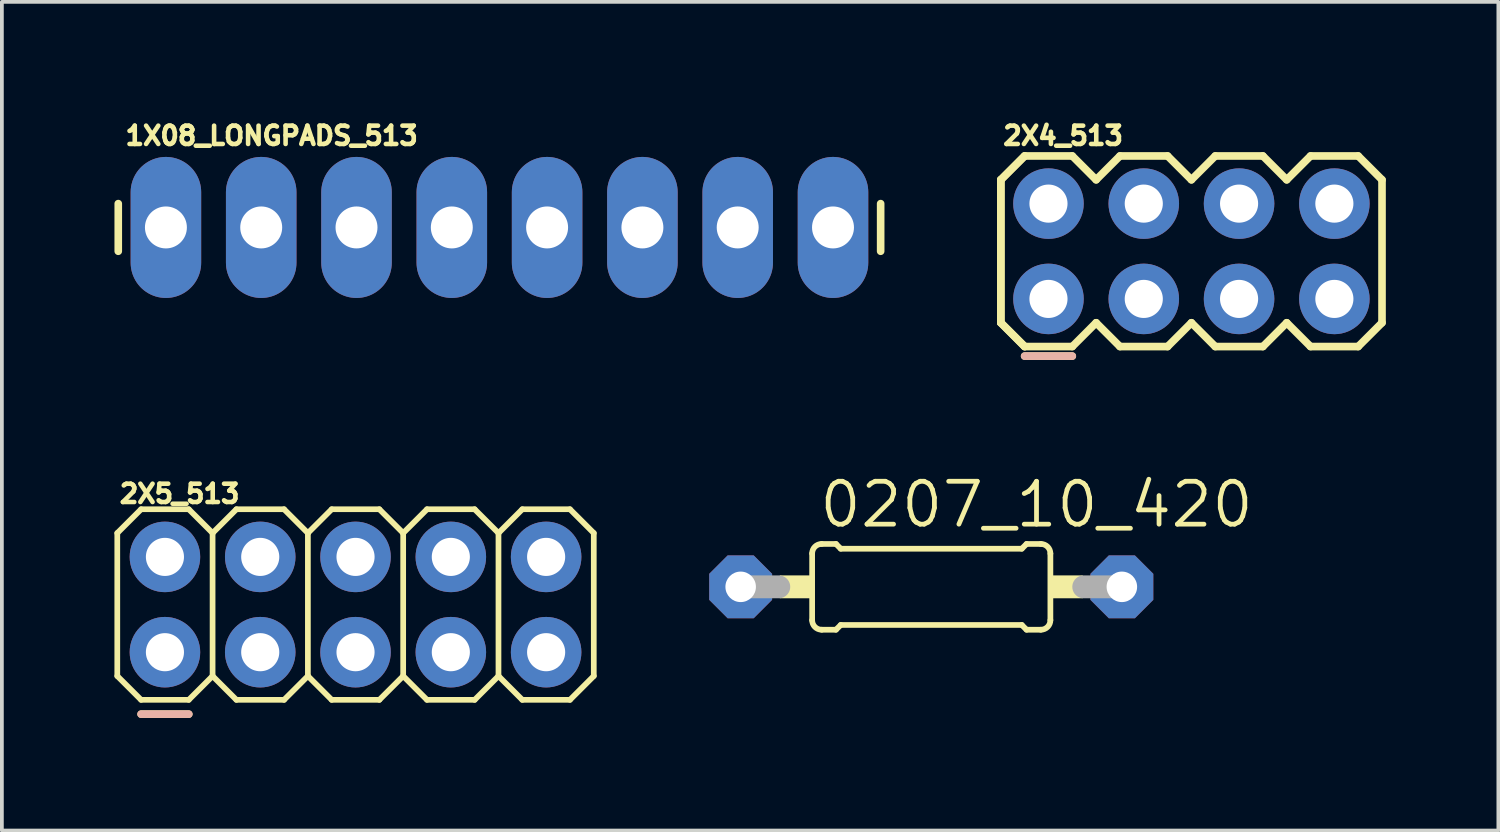
<source format=kicad_pcb>
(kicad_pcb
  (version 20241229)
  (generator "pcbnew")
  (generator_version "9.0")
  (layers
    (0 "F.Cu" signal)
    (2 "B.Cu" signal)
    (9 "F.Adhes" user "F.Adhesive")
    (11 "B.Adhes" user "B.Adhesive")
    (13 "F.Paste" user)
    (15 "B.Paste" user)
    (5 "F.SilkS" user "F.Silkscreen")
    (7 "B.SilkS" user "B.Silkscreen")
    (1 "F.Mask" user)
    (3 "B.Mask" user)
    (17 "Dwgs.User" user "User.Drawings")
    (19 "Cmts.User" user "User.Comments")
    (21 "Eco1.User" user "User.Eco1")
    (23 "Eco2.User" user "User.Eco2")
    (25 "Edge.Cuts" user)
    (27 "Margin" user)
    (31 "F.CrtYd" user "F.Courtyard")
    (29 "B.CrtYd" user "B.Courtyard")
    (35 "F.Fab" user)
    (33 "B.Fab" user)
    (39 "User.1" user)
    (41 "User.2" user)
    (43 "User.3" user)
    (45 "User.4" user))
  (footprint "2X4_513"
    (layer "F.Cu")
    (at 28.705 3.647)
    (property "Reference" "2X4_513" (at -5.08 -2.794 0) (unlocked yes) (layer "F.SilkS") (effects (font (size 0.488 0.488) (thickness 0.122)) (justify left bottom)))
    (fp_line (start -5.08 -1.905) (end -4.445 -2.54) (stroke (width 0.203) (type solid)) (layer "F.SilkS"))
    (fp_line (start -5.08 -1.905) (end -4.445 -2.54) (stroke (width 0.203) (type solid)) (layer "F.SilkS"))
    (fp_line (start -5.08 1.905) (end -5.08 -1.905) (stroke (width 0.203) (type solid)) (layer "F.SilkS"))
    (fp_line (start -5.08 1.905) (end -5.08 -1.905) (stroke (width 0.203) (type solid)) (layer "F.SilkS"))
    (fp_line (start -5.08 1.905) (end -4.445 2.54) (stroke (width 0.203) (type solid)) (layer "F.SilkS"))
    (fp_line (start -5.08 1.905) (end -4.445 2.54) (stroke (width 0.203) (type solid)) (layer "F.SilkS"))
    (fp_line (start -4.445 -2.54) (end -3.175 -2.54) (stroke (width 0.203) (type solid)) (layer "F.SilkS"))
    (fp_line (start -4.445 2.54) (end -3.175 2.54) (stroke (width 0.203) (type solid)) (layer "F.SilkS"))
    (fp_line (start -4.445 2.794) (end -3.175 2.794) (stroke (width 0.203) (type solid)) (layer "F.SilkS"))
    (fp_line (start -3.175 -2.54) (end -2.54 -1.905) (stroke (width 0.203) (type solid)) (layer "F.SilkS"))
    (fp_line (start -3.175 2.54) (end -2.54 1.905) (stroke (width 0.203) (type solid)) (layer "F.SilkS"))
    (fp_line (start -2.54 -1.905) (end -1.905 -2.54) (stroke (width 0.203) (type solid)) (layer "F.SilkS"))
    (fp_line (start -2.54 1.905) (end -1.905 2.54) (stroke (width 0.203) (type solid)) (layer "F.SilkS"))
    (fp_line (start -1.905 -2.54) (end -0.635 -2.54) (stroke (width 0.203) (type solid)) (layer "F.SilkS"))
    (fp_line (start -1.905 2.54) (end -0.635 2.54) (stroke (width 0.203) (type solid)) (layer "F.SilkS"))
    (fp_line (start -0.635 -2.54) (end 0 -1.905) (stroke (width 0.203) (type solid)) (layer "F.SilkS"))
    (fp_line (start -0.635 2.54) (end 0 1.905) (stroke (width 0.203) (type solid)) (layer "F.SilkS"))
    (fp_line (start 0 -1.905) (end 0.635 -2.54) (stroke (width 0.203) (type solid)) (layer "F.SilkS"))
    (fp_line (start 0 1.905) (end 0.635 2.54) (stroke (width 0.203) (type solid)) (layer "F.SilkS"))
    (fp_line (start 0.635 -2.54) (end 1.905 -2.54) (stroke (width 0.203) (type solid)) (layer "F.SilkS"))
    (fp_line (start 0.635 2.54) (end 1.905 2.54) (stroke (width 0.203) (type solid)) (layer "F.SilkS"))
    (fp_line (start 1.905 -2.54) (end 2.54 -1.905) (stroke (width 0.203) (type solid)) (layer "F.SilkS"))
    (fp_line (start 1.905 2.54) (end 2.54 1.905) (stroke (width 0.203) (type solid)) (layer "F.SilkS"))
    (fp_line (start 2.54 -1.905) (end 3.175 -2.54) (stroke (width 0.203) (type solid)) (layer "F.SilkS"))
    (fp_line (start 2.54 1.905) (end 3.175 2.54) (stroke (width 0.203) (type solid)) (layer "F.SilkS"))
    (fp_line (start 3.175 -2.54) (end 4.445 -2.54) (stroke (width 0.203) (type solid)) (layer "F.SilkS"))
    (fp_line (start 3.175 2.54) (end 4.445 2.54) (stroke (width 0.203) (type solid)) (layer "F.SilkS"))
    (fp_line (start 4.445 -2.54) (end 5.08 -1.905) (stroke (width 0.203) (type solid)) (layer "F.SilkS"))
    (fp_line (start 4.445 2.54) (end 5.08 1.905) (stroke (width 0.203) (type solid)) (layer "F.SilkS"))
    (fp_line (start 5.08 -1.905) (end 5.08 1.905) (stroke (width 0.203) (type solid)) (layer "F.SilkS"))
    (fp_line (start -3.175 2.794) (end -4.445 2.794) (stroke (width 0.203) (type solid)) (layer "B.SilkS"))
    (fp_poly (pts (xy -4.064 -1.016) (xy -3.556 -1.016) (xy -3.556 -1.524) (xy -4.064 -1.524)) (stroke (width 0.1) (type default)) (fill no) (layer "F.Fab"))
    (fp_poly (pts (xy -4.064 1.524) (xy -3.556 1.524) (xy -3.556 1.016) (xy -4.064 1.016)) (stroke (width 0.1) (type default)) (fill no) (layer "F.Fab"))
    (fp_poly (pts (xy -1.524 -1.016) (xy -1.016 -1.016) (xy -1.016 -1.524) (xy -1.524 -1.524)) (stroke (width 0.1) (type default)) (fill no) (layer "F.Fab"))
    (fp_poly (pts (xy -1.524 1.524) (xy -1.016 1.524) (xy -1.016 1.016) (xy -1.524 1.016)) (stroke (width 0.1) (type default)) (fill no) (layer "F.Fab"))
    (fp_poly (pts (xy 1.016 -1.016) (xy 1.524 -1.016) (xy 1.524 -1.524) (xy 1.016 -1.524)) (stroke (width 0.1) (type default)) (fill no) (layer "F.Fab"))
    (fp_poly (pts (xy 1.016 1.524) (xy 1.524 1.524) (xy 1.524 1.016) (xy 1.016 1.016)) (stroke (width 0.1) (type default)) (fill no) (layer "F.Fab"))
    (fp_poly (pts (xy 3.556 -1.016) (xy 4.064 -1.016) (xy 4.064 -1.524) (xy 3.556 -1.524)) (stroke (width 0.1) (type default)) (fill no) (layer "F.Fab"))
    (fp_poly (pts (xy 3.556 1.524) (xy 4.064 1.524) (xy 4.064 1.016) (xy 3.556 1.016)) (stroke (width 0.1) (type default)) (fill no) (layer "F.Fab"))
    (pad "1" thru_hole circle (at -3.81 1.27) (size 1.88 1.88) (drill 1.016) (layers "*.Cu" "*.Mask"))
    (pad "2" thru_hole circle (at -3.81 -1.27) (size 1.88 1.88) (drill 1.016) (layers "*.Cu" "*.Mask"))
    (pad "3" thru_hole circle (at -1.27 1.27) (size 1.88 1.88) (drill 1.016) (layers "*.Cu" "*.Mask"))
    (pad "4" thru_hole circle (at -1.27 -1.27) (size 1.88 1.88) (drill 1.016) (layers "*.Cu" "*.Mask"))
    (pad "5" thru_hole circle (at 1.27 1.27) (size 1.88 1.88) (drill 1.016) (layers "*.Cu" "*.Mask"))
    (pad "6" thru_hole circle (at 1.27 -1.27) (size 1.88 1.88) (drill 1.016) (layers "*.Cu" "*.Mask"))
    (pad "7" thru_hole circle (at 3.81 1.27) (size 1.88 1.88) (drill 1.016) (layers "*.Cu" "*.Mask"))
    (pad "8" thru_hole circle (at 3.81 -1.27) (size 1.88 1.88) (drill 1.016) (layers "*.Cu" "*.Mask")))
  (footprint "0207_10_420"
    (layer "F.Cu")
    (at 21.771 12.591)
    (property "Reference" "0207_10_420" (at -3.048 -1.524 0) (unlocked yes) (layer "F.SilkS") (effects (font (size 1.143 1.143) (thickness 0.127)) (justify left bottom)))
    (fp_line (start -3.175 0.889) (end -3.175 -0.889) (stroke (width 0.152) (type solid)) (layer "F.SilkS"))
    (fp_line (start -2.921 -1.143) (end -2.54 -1.143) (stroke (width 0.152) (type solid)) (layer "F.SilkS"))
    (fp_line (start -2.921 1.143) (end -2.54 1.143) (stroke (width 0.152) (type solid)) (layer "F.SilkS"))
    (fp_line (start -2.413 -1.016) (end -2.54 -1.143) (stroke (width 0.152) (type solid)) (layer "F.SilkS"))
    (fp_line (start -2.413 1.016) (end -2.54 1.143) (stroke (width 0.152) (type solid)) (layer "F.SilkS"))
    (fp_line (start 2.413 -1.016) (end -2.413 -1.016) (stroke (width 0.152) (type solid)) (layer "F.SilkS"))
    (fp_line (start 2.413 -1.016) (end 2.54 -1.143) (stroke (width 0.152) (type solid)) (layer "F.SilkS"))
    (fp_line (start 2.413 1.016) (end -2.413 1.016) (stroke (width 0.152) (type solid)) (layer "F.SilkS"))
    (fp_line (start 2.413 1.016) (end 2.54 1.143) (stroke (width 0.152) (type solid)) (layer "F.SilkS"))
    (fp_line (start 2.921 -1.143) (end 2.54 -1.143) (stroke (width 0.152) (type solid)) (layer "F.SilkS"))
    (fp_line (start 2.921 1.143) (end 2.54 1.143) (stroke (width 0.152) (type solid)) (layer "F.SilkS"))
    (fp_line (start 3.175 0.889) (end 3.175 -0.889) (stroke (width 0.152) (type solid)) (layer "F.SilkS"))
    (fp_arc (start -3.175 -0.889) (mid -3.100605 -1.068605) (end -2.921 -1.143) (stroke (width 0.1524) (type solid)) (layer "F.SilkS"))
    (fp_arc (start -2.921 1.143) (mid -3.100605 1.068605) (end -3.175 0.889) (stroke (width 0.1524) (type solid)) (layer "F.SilkS"))
    (fp_arc (start 2.921 -1.143) (mid 3.100605 -1.068605) (end 3.175 -0.889) (stroke (width 0.1524) (type solid)) (layer "F.SilkS"))
    (fp_arc (start 3.175 0.889) (mid 3.100605 1.068605) (end 2.921 1.143) (stroke (width 0.1524) (type solid)) (layer "F.SilkS"))
    (fp_poly (pts (xy -4.039 0.305) (xy -3.175 0.305) (xy -3.175 -0.305) (xy -4.039 -0.305)) (stroke (width 0) (type default)) (fill yes) (layer "F.SilkS"))
    (fp_poly (pts (xy 3.175 0.305) (xy 4.039 0.305) (xy 4.039 -0.305) (xy 3.175 -0.305)) (stroke (width 0) (type default)) (fill yes) (layer "F.SilkS"))
    (fp_line (start -5.08 0) (end -4.064 0) (stroke (width 0.61) (type solid)) (layer "F.Fab"))
    (fp_line (start 5.08 0) (end 4.064 0) (stroke (width 0.61) (type solid)) (layer "F.Fab"))
    (pad "1" thru_hole roundrect (at -5.08 0) (size 1.676 1.676) (drill 0.813) (layers "*.Cu" "*.Mask") (roundrect_rratio 0.25) (chamfer_ratio 0.293) (chamfer top_left top_right bottom_left bottom_right))
    (pad "2" thru_hole roundrect (at 5.08 0) (size 1.676 1.676) (drill 0.813) (layers "*.Cu" "*.Mask") (roundrect_rratio 0.25) (chamfer_ratio 0.293) (chamfer top_left top_right bottom_left bottom_right)))
  (footprint "2X5_513"
    (layer "F.Cu")
    (at 1.346 14.333)
    (property "Reference" "2X5_513" (at -1.27 -3.937 0) (unlocked yes) (layer "F.SilkS") (effects (font (size 0.488 0.488) (thickness 0.122)) (justify left bottom)))
    (fp_line (start -1.27 -3.175) (end -0.635 -3.81) (stroke (width 0.152) (type solid)) (layer "F.SilkS"))
    (fp_line (start -1.27 0.635) (end -1.27 -3.175) (stroke (width 0.152) (type solid)) (layer "F.SilkS"))
    (fp_line (start -1.27 0.635) (end -0.635 1.27) (stroke (width 0.152) (type solid)) (layer "F.SilkS"))
    (fp_line (start -0.635 -3.81) (end 0.635 -3.81) (stroke (width 0.152) (type solid)) (layer "F.SilkS"))
    (fp_line (start -0.635 1.27) (end 0.635 1.27) (stroke (width 0.152) (type solid)) (layer "F.SilkS"))
    (fp_line (start -0.635 1.651) (end 0.635 1.651) (stroke (width 0.203) (type solid)) (layer "F.SilkS"))
    (fp_line (start 0.635 -3.81) (end 1.27 -3.175) (stroke (width 0.152) (type solid)) (layer "F.SilkS"))
    (fp_line (start 0.635 1.27) (end 1.27 0.635) (stroke (width 0.152) (type solid)) (layer "F.SilkS"))
    (fp_line (start 1.27 -3.175) (end 1.27 0.635) (stroke (width 0.152) (type solid)) (layer "F.SilkS"))
    (fp_line (start 1.27 -3.175) (end 1.905 -3.81) (stroke (width 0.152) (type solid)) (layer "F.SilkS"))
    (fp_line (start 1.27 0.635) (end 1.905 1.27) (stroke (width 0.152) (type solid)) (layer "F.SilkS"))
    (fp_line (start 1.905 -3.81) (end 3.175 -3.81) (stroke (width 0.152) (type solid)) (layer "F.SilkS"))
    (fp_line (start 1.905 1.27) (end 3.175 1.27) (stroke (width 0.152) (type solid)) (layer "F.SilkS"))
    (fp_line (start 3.175 -3.81) (end 3.81 -3.175) (stroke (width 0.152) (type solid)) (layer "F.SilkS"))
    (fp_line (start 3.175 1.27) (end 3.81 0.635) (stroke (width 0.152) (type solid)) (layer "F.SilkS"))
    (fp_line (start 3.81 -3.175) (end 3.81 0.635) (stroke (width 0.152) (type solid)) (layer "F.SilkS"))
    (fp_line (start 3.81 -3.175) (end 4.445 -3.81) (stroke (width 0.152) (type solid)) (layer "F.SilkS"))
    (fp_line (start 3.81 0.635) (end 4.445 1.27) (stroke (width 0.152) (type solid)) (layer "F.SilkS"))
    (fp_line (start 4.445 -3.81) (end 5.715 -3.81) (stroke (width 0.152) (type solid)) (layer "F.SilkS"))
    (fp_line (start 4.445 1.27) (end 5.715 1.27) (stroke (width 0.152) (type solid)) (layer "F.SilkS"))
    (fp_line (start 5.715 -3.81) (end 6.35 -3.175) (stroke (width 0.152) (type solid)) (layer "F.SilkS"))
    (fp_line (start 5.715 1.27) (end 6.35 0.635) (stroke (width 0.152) (type solid)) (layer "F.SilkS"))
    (fp_line (start 6.35 -3.175) (end 6.35 0.635) (stroke (width 0.152) (type solid)) (layer "F.SilkS"))
    (fp_line (start 6.35 -3.175) (end 6.985 -3.81) (stroke (width 0.152) (type solid)) (layer "F.SilkS"))
    (fp_line (start 6.35 0.635) (end 6.985 1.27) (stroke (width 0.152) (type solid)) (layer "F.SilkS"))
    (fp_line (start 6.985 -3.81) (end 8.255 -3.81) (stroke (width 0.152) (type solid)) (layer "F.SilkS"))
    (fp_line (start 6.985 1.27) (end 8.255 1.27) (stroke (width 0.152) (type solid)) (layer "F.SilkS"))
    (fp_line (start 8.255 -3.81) (end 8.89 -3.175) (stroke (width 0.152) (type solid)) (layer "F.SilkS"))
    (fp_line (start 8.255 1.27) (end 8.89 0.635) (stroke (width 0.152) (type solid)) (layer "F.SilkS"))
    (fp_line (start 8.89 -3.175) (end 8.89 0.635) (stroke (width 0.152) (type solid)) (layer "F.SilkS"))
    (fp_line (start 8.89 -3.175) (end 9.525 -3.81) (stroke (width 0.152) (type solid)) (layer "F.SilkS"))
    (fp_line (start 8.89 0.635) (end 9.525 1.27) (stroke (width 0.152) (type solid)) (layer "F.SilkS"))
    (fp_line (start 9.525 -3.81) (end 10.795 -3.81) (stroke (width 0.152) (type solid)) (layer "F.SilkS"))
    (fp_line (start 9.525 1.27) (end 10.795 1.27) (stroke (width 0.152) (type solid)) (layer "F.SilkS"))
    (fp_line (start 10.795 -3.81) (end 11.43 -3.175) (stroke (width 0.152) (type solid)) (layer "F.SilkS"))
    (fp_line (start 10.795 1.27) (end 11.43 0.635) (stroke (width 0.152) (type solid)) (layer "F.SilkS"))
    (fp_line (start 11.43 -3.175) (end 11.43 0.635) (stroke (width 0.152) (type solid)) (layer "F.SilkS"))
    (fp_line (start -0.635 1.651) (end 0.635 1.651) (stroke (width 0.203) (type solid)) (layer "B.SilkS"))
    (fp_poly (pts (xy 0.254 -2.286) (xy 0.254 -2.794) (xy -0.254 -2.794) (xy -0.254 -2.286)) (stroke (width 0.1) (type default)) (fill no) (layer "F.Fab"))
    (fp_poly (pts (xy 0.254 0.254) (xy 0.254 -0.254) (xy -0.254 -0.254) (xy -0.254 0.254)) (stroke (width 0.1) (type default)) (fill no) (layer "F.Fab"))
    (fp_poly (pts (xy 2.794 -2.286) (xy 2.794 -2.794) (xy 2.286 -2.794) (xy 2.286 -2.286)) (stroke (width 0.1) (type default)) (fill no) (layer "F.Fab"))
    (fp_poly (pts (xy 2.794 0.254) (xy 2.794 -0.254) (xy 2.286 -0.254) (xy 2.286 0.254)) (stroke (width 0.1) (type default)) (fill no) (layer "F.Fab"))
    (fp_poly (pts (xy 5.334 -2.286) (xy 5.334 -2.794) (xy 4.826 -2.794) (xy 4.826 -2.286)) (stroke (width 0.1) (type default)) (fill no) (layer "F.Fab"))
    (fp_poly (pts (xy 5.334 0.254) (xy 5.334 -0.254) (xy 4.826 -0.254) (xy 4.826 0.254)) (stroke (width 0.1) (type default)) (fill no) (layer "F.Fab"))
    (fp_poly (pts (xy 7.874 -2.286) (xy 7.874 -2.794) (xy 7.366 -2.794) (xy 7.366 -2.286)) (stroke (width 0.1) (type default)) (fill no) (layer "F.Fab"))
    (fp_poly (pts (xy 7.874 0.254) (xy 7.874 -0.254) (xy 7.366 -0.254) (xy 7.366 0.254)) (stroke (width 0.1) (type default)) (fill no) (layer "F.Fab"))
    (fp_poly (pts (xy 10.414 -2.286) (xy 10.414 -2.794) (xy 9.906 -2.794) (xy 9.906 -2.286)) (stroke (width 0.1) (type default)) (fill no) (layer "F.Fab"))
    (fp_poly (pts (xy 10.414 0.254) (xy 10.414 -0.254) (xy 9.906 -0.254) (xy 9.906 0.254)) (stroke (width 0.1) (type default)) (fill no) (layer "F.Fab"))
    (pad "1" thru_hole circle (at 0 0) (size 1.88 1.88) (drill 1.016) (layers "*.Cu" "*.Mask"))
    (pad "2" thru_hole circle (at 0 -2.54) (size 1.88 1.88) (drill 1.016) (layers "*.Cu" "*.Mask"))
    (pad "3" thru_hole circle (at 2.54 0) (size 1.88 1.88) (drill 1.016) (layers "*.Cu" "*.Mask"))
    (pad "4" thru_hole circle (at 2.54 -2.54) (size 1.88 1.88) (drill 1.016) (layers "*.Cu" "*.Mask"))
    (pad "5" thru_hole circle (at 5.08 0) (size 1.88 1.88) (drill 1.016) (layers "*.Cu" "*.Mask"))
    (pad "6" thru_hole circle (at 5.08 -2.54) (size 1.88 1.88) (drill 1.016) (layers "*.Cu" "*.Mask"))
    (pad "7" thru_hole circle (at 7.62 0) (size 1.88 1.88) (drill 1.016) (layers "*.Cu" "*.Mask"))
    (pad "8" thru_hole circle (at 7.62 -2.54) (size 1.88 1.88) (drill 1.016) (layers "*.Cu" "*.Mask"))
    (pad "9" thru_hole circle (at 10.16 0) (size 1.88 1.88) (drill 1.016) (layers "*.Cu" "*.Mask"))
    (pad "10" thru_hole circle (at 10.16 -2.54) (size 1.88 1.88) (drill 1.016) (layers "*.Cu" "*.Mask")))
  (footprint "1X08_LONGPADS_513"
    (layer "F.Cu")
    (at 1.372 3.012)
    (property "Reference" "1X08_LONGPADS_513" (at -1.143 -2.159 0) (unlocked yes) (layer "F.SilkS") (effects (font (size 0.488 0.488) (thickness 0.122)) (justify left bottom)))
    (fp_line (start -1.27 -0.635) (end -1.27 0.635) (stroke (width 0.203) (type solid)) (layer "F.SilkS"))
    (fp_line (start 19.05 -0.635) (end 19.05 0.635) (stroke (width 0.203) (type solid)) (layer "F.SilkS"))
    (fp_poly (pts (xy -0.254 0.254) (xy 0.254 0.254) (xy 0.254 -0.254) (xy -0.254 -0.254)) (stroke (width 0.1) (type default)) (fill no) (layer "F.Fab"))
    (fp_poly (pts (xy 2.286 0.254) (xy 2.794 0.254) (xy 2.794 -0.254) (xy 2.286 -0.254)) (stroke (width 0.1) (type default)) (fill no) (layer "F.Fab"))
    (fp_poly (pts (xy 4.826 0.254) (xy 5.334 0.254) (xy 5.334 -0.254) (xy 4.826 -0.254)) (stroke (width 0.1) (type default)) (fill no) (layer "F.Fab"))
    (fp_poly (pts (xy 7.366 0.254) (xy 7.874 0.254) (xy 7.874 -0.254) (xy 7.366 -0.254)) (stroke (width 0.1) (type default)) (fill no) (layer "F.Fab"))
    (fp_poly (pts (xy 9.906 0.254) (xy 10.414 0.254) (xy 10.414 -0.254) (xy 9.906 -0.254)) (stroke (width 0.1) (type default)) (fill no) (layer "F.Fab"))
    (fp_poly (pts (xy 12.446 0.254) (xy 12.954 0.254) (xy 12.954 -0.254) (xy 12.446 -0.254)) (stroke (width 0.1) (type default)) (fill no) (layer "F.Fab"))
    (fp_poly (pts (xy 14.986 0.254) (xy 15.494 0.254) (xy 15.494 -0.254) (xy 14.986 -0.254)) (stroke (width 0.1) (type default)) (fill no) (layer "F.Fab"))
    (fp_poly (pts (xy 17.526 0.254) (xy 18.034 0.254) (xy 18.034 -0.254) (xy 17.526 -0.254)) (stroke (width 0.1) (type default)) (fill no) (layer "F.Fab"))
    (pad "1" thru_hole oval (at 0 0 90) (size 3.759 1.88) (drill 1.118) (layers "*.Cu" "*.Mask"))
    (pad "2" thru_hole oval (at 2.54 0 90) (size 3.759 1.88) (drill 1.118) (layers "*.Cu" "*.Mask"))
    (pad "3" thru_hole oval (at 5.08 0 90) (size 3.759 1.88) (drill 1.118) (layers "*.Cu" "*.Mask"))
    (pad "4" thru_hole oval (at 7.62 0 90) (size 3.759 1.88) (drill 1.118) (layers "*.Cu" "*.Mask"))
    (pad "5" thru_hole oval (at 10.16 0 90) (size 3.759 1.88) (drill 1.118) (layers "*.Cu" "*.Mask"))
    (pad "6" thru_hole oval (at 12.7 0 90) (size 3.759 1.88) (drill 1.118) (layers "*.Cu" "*.Mask"))
    (pad "7" thru_hole oval (at 15.24 0 90) (size 3.759 1.88) (drill 1.118) (layers "*.Cu" "*.Mask"))
    (pad "8" thru_hole oval (at 17.78 0 90) (size 3.759 1.88) (drill 1.118) (layers "*.Cu" "*.Mask")))
  (gr_rect
    (start -3 -3)
    (end 36.886 19.086)
    (stroke (width 0.1) (type default))
    (fill no)
    (layer "Edge.Cuts")))
</source>
